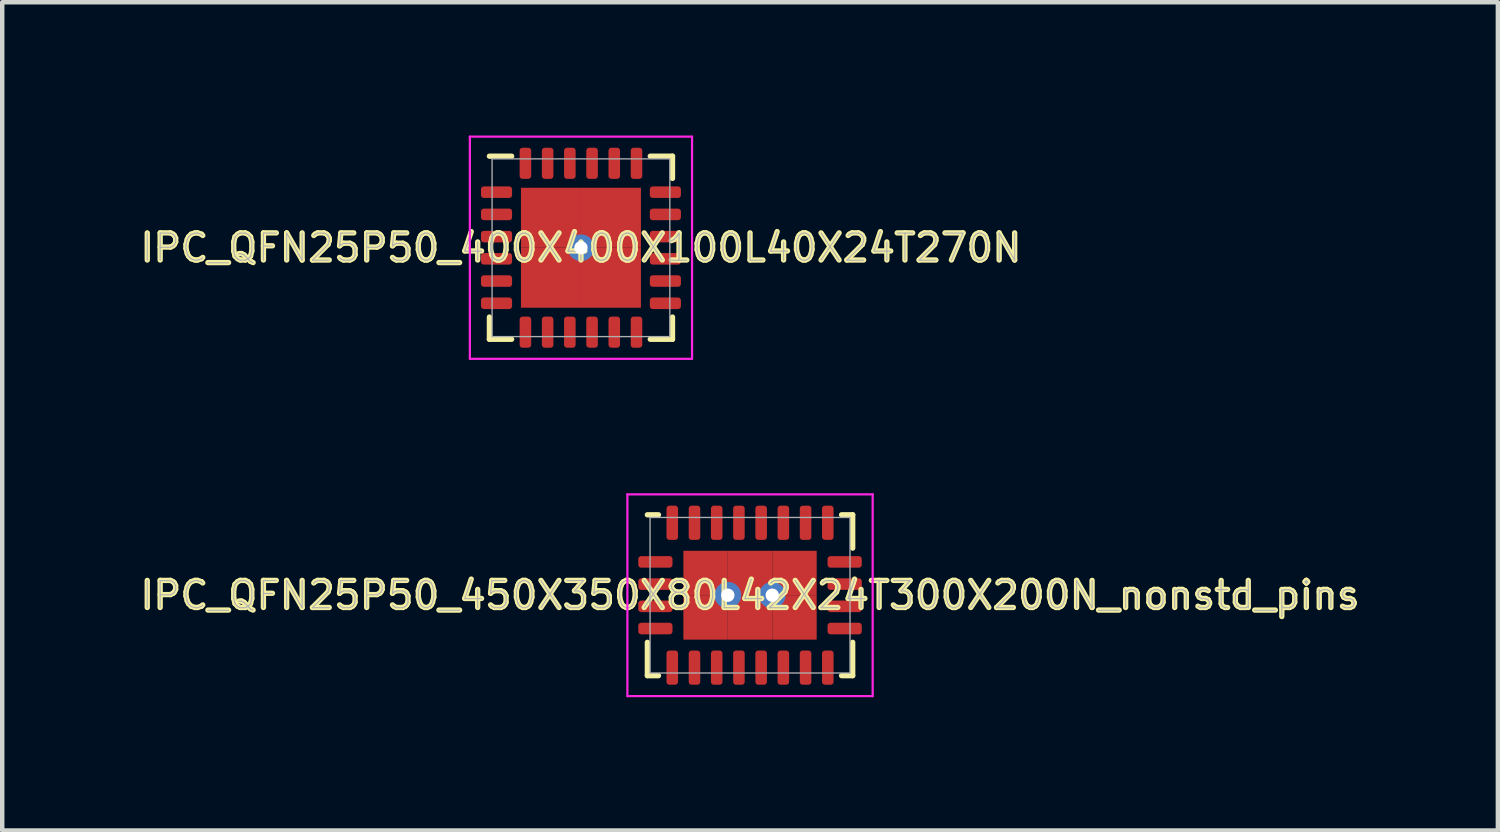
<source format=kicad_pcb>
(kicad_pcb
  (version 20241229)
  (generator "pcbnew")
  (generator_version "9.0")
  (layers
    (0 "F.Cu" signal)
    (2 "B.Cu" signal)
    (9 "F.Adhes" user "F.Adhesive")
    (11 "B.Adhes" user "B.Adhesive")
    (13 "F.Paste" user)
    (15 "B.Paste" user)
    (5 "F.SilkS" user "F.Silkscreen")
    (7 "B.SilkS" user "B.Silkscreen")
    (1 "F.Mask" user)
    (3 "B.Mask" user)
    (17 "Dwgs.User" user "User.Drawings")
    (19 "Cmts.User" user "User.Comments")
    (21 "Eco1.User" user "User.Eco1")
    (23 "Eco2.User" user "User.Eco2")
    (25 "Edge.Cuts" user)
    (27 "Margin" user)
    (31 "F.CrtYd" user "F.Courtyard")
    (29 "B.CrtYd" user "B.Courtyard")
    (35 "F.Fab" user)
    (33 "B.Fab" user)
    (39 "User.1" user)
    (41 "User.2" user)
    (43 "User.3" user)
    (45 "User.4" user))
  (footprint "IPC_QFN25P50_450X350X80L42X24T300X200N_nonstd_pins"
    (layer "F.Cu")
    (at 13.829 10.345)
    (property "Reference" "IPC_QFN25P50_450X350X80L42X24T300X200N_nonstd_pins" (at 0 0 0) (layer "F.SilkS") (effects (font (size 0.61 0.61) (thickness 0.12))))
    (attr smd)
    (fp_line (start -2.31 1.06) (end -2.31 1.81) (stroke (width 0.12) (type solid)) (layer "F.SilkS"))
    (fp_line (start -2.31 1.81) (end -2.06 1.81) (stroke (width 0.12) (type solid)) (layer "F.SilkS"))
    (fp_line (start -2.06 -1.81) (end -2.31 -1.81) (stroke (width 0.12) (type solid)) (layer "F.SilkS"))
    (fp_line (start 2.06 1.81) (end 2.31 1.81) (stroke (width 0.12) (type solid)) (layer "F.SilkS"))
    (fp_line (start 2.31 -1.81) (end 2.06 -1.81) (stroke (width 0.12) (type solid)) (layer "F.SilkS"))
    (fp_line (start 2.31 -1.06) (end 2.31 -1.81) (stroke (width 0.12) (type solid)) (layer "F.SilkS"))
    (fp_line (start 2.31 1.81) (end 2.31 1.06) (stroke (width 0.12) (type solid)) (layer "F.SilkS"))
    (fp_line (start -2.76 -2.27) (end 2.76 -2.27) (stroke (width 0.05) (type solid)) (layer "F.CrtYd"))
    (fp_line (start -2.76 2.27) (end -2.76 -2.27) (stroke (width 0.05) (type solid)) (layer "F.CrtYd"))
    (fp_line (start 2.76 -2.27) (end 2.76 2.27) (stroke (width 0.05) (type solid)) (layer "F.CrtYd"))
    (fp_line (start 2.76 2.27) (end -2.76 2.27) (stroke (width 0.05) (type solid)) (layer "F.CrtYd"))
    (fp_line (start -2.25 -1.75) (end 2.25 -1.75) (stroke (width 0.03) (type solid)) (layer "F.Fab"))
    (fp_line (start -2.25 1.75) (end -2.25 -1.75) (stroke (width 0.03) (type solid)) (layer "F.Fab"))
    (fp_line (start 2.25 -1.75) (end 2.25 1.75) (stroke (width 0.03) (type solid)) (layer "F.Fab"))
    (fp_line (start 2.25 1.75) (end -2.25 1.75) (stroke (width 0.03) (type solid)) (layer "F.Fab"))
    (fp_text user "${REFERENCE}" (at 0 0 0) (layer "F.Fab") (effects (font (size 0.61 0.61) (thickness 0.025))))
    (pad "1" smd roundrect (at -2.13 0.25 270) (size 0.26 0.77) (layers "F.Cu" "F.Mask" "F.Paste") (roundrect_rratio 0.25))
    (pad "2" smd roundrect (at -2.13 0.75 270) (size 0.26 0.77) (layers "F.Cu" "F.Mask" "F.Paste") (roundrect_rratio 0.25))
    (pad "3" smd roundrect (at -1.75 1.63) (size 0.26 0.77) (layers "F.Cu" "F.Mask" "F.Paste") (roundrect_rratio 0.25))
    (pad "4" smd roundrect (at -1.25 1.63) (size 0.26 0.77) (layers "F.Cu" "F.Mask" "F.Paste") (roundrect_rratio 0.25))
    (pad "5" smd roundrect (at -0.75 1.63) (size 0.26 0.77) (layers "F.Cu" "F.Mask" "F.Paste") (roundrect_rratio 0.25))
    (pad "6" smd roundrect (at -0.25 1.63) (size 0.26 0.77) (layers "F.Cu" "F.Mask" "F.Paste") (roundrect_rratio 0.25))
    (pad "7" smd roundrect (at 0.25 1.63) (size 0.26 0.77) (layers "F.Cu" "F.Mask" "F.Paste") (roundrect_rratio 0.25))
    (pad "8" smd roundrect (at 0.75 1.63) (size 0.26 0.77) (layers "F.Cu" "F.Mask" "F.Paste") (roundrect_rratio 0.25))
    (pad "9" smd roundrect (at 1.25 1.63) (size 0.26 0.77) (layers "F.Cu" "F.Mask" "F.Paste") (roundrect_rratio 0.25))
    (pad "10" smd roundrect (at 1.75 1.63) (size 0.26 0.77) (layers "F.Cu" "F.Mask" "F.Paste") (roundrect_rratio 0.25))
    (pad "11" smd roundrect (at 2.13 0.75 90) (size 0.26 0.77) (layers "F.Cu" "F.Mask" "F.Paste") (roundrect_rratio 0.25))
    (pad "12" smd roundrect (at 2.13 0.25 90) (size 0.26 0.77) (layers "F.Cu" "F.Mask" "F.Paste") (roundrect_rratio 0.25))
    (pad "13" smd roundrect (at 2.13 -0.25 90) (size 0.26 0.77) (layers "F.Cu" "F.Mask" "F.Paste") (roundrect_rratio 0.25))
    (pad "14" smd roundrect (at 2.13 -0.75 90) (size 0.26 0.77) (layers "F.Cu" "F.Mask" "F.Paste") (roundrect_rratio 0.25))
    (pad "15" smd roundrect (at 1.75 -1.63 180) (size 0.26 0.77) (layers "F.Cu" "F.Mask" "F.Paste") (roundrect_rratio 0.25))
    (pad "16" smd roundrect (at 1.25 -1.63 180) (size 0.26 0.77) (layers "F.Cu" "F.Mask" "F.Paste") (roundrect_rratio 0.25))
    (pad "17" smd roundrect (at 0.75 -1.63 180) (size 0.26 0.77) (layers "F.Cu" "F.Mask" "F.Paste") (roundrect_rratio 0.25))
    (pad "18" smd roundrect (at 0.25 -1.63 180) (size 0.26 0.77) (layers "F.Cu" "F.Mask" "F.Paste") (roundrect_rratio 0.25))
    (pad "19" smd roundrect (at -0.25 -1.63 180) (size 0.26 0.77) (layers "F.Cu" "F.Mask" "F.Paste") (roundrect_rratio 0.25))
    (pad "20" smd roundrect (at -0.75 -1.63 180) (size 0.26 0.77) (layers "F.Cu" "F.Mask" "F.Paste") (roundrect_rratio 0.25))
    (pad "21" smd roundrect (at -1.25 -1.63 180) (size 0.26 0.77) (layers "F.Cu" "F.Mask" "F.Paste") (roundrect_rratio 0.25))
    (pad "22" smd roundrect (at -1.75 -1.63 180) (size 0.26 0.77) (layers "F.Cu" "F.Mask" "F.Paste") (roundrect_rratio 0.25))
    (pad "23" smd roundrect (at -2.13 -0.75 270) (size 0.26 0.77) (layers "F.Cu" "F.Mask" "F.Paste") (roundrect_rratio 0.25))
    (pad "24" smd roundrect (at -2.13 -0.25 270) (size 0.26 0.77) (layers "F.Cu" "F.Mask" "F.Paste") (roundrect_rratio 0.25))
    (pad "25" smd rect (at -1 -0.5) (size 1 1) (layers "F.Cu" "F.Mask" "F.Paste"))
    (pad "25" smd rect (at -1 0.5) (size 1 1) (layers "F.Cu" "F.Mask" "F.Paste"))
    (pad "25" thru_hole circle (at -0.5 0) (size 0.6 0.6) (drill 0.3) (layers "*.Cu"))
    (pad "25" smd rect (at 0 -0.5) (size 1 1) (layers "F.Cu" "F.Mask" "F.Paste"))
    (pad "25" smd rect (at 0 0.5) (size 1 1) (layers "F.Cu" "F.Mask" "F.Paste"))
    (pad "25" thru_hole circle (at 0.5 0) (size 0.6 0.6) (drill 0.3) (layers "*.Cu"))
    (pad "25" smd rect (at 1 -0.5) (size 1 1) (layers "F.Cu" "F.Mask" "F.Paste"))
    (pad "25" smd rect (at 1 0.5) (size 1 1) (layers "F.Cu" "F.Mask" "F.Paste")))
  (footprint "IPC_QFN25P50_400X400X100L40X24T270N"
    (layer "F.Cu")
    (at 10.024 2.525)
    (property "Reference" "IPC_QFN25P50_400X400X100L40X24T270N" (at 0 0 0) (layer "F.SilkS") (effects (font (size 0.61 0.61) (thickness 0.12))))
    (attr smd)
    (fp_line (start -2.06 1.56) (end -2.06 2.06) (stroke (width 0.12) (type solid)) (layer "F.SilkS"))
    (fp_line (start -2.06 2.06) (end -1.56 2.06) (stroke (width 0.12) (type solid)) (layer "F.SilkS"))
    (fp_line (start -1.56 -2.06) (end -2.06 -2.06) (stroke (width 0.12) (type solid)) (layer "F.SilkS"))
    (fp_line (start 1.56 2.06) (end 2.06 2.06) (stroke (width 0.12) (type solid)) (layer "F.SilkS"))
    (fp_line (start 2.06 -2.06) (end 1.56 -2.06) (stroke (width 0.12) (type solid)) (layer "F.SilkS"))
    (fp_line (start 2.06 -1.56) (end 2.06 -2.06) (stroke (width 0.12) (type solid)) (layer "F.SilkS"))
    (fp_line (start 2.06 2.06) (end 2.06 1.56) (stroke (width 0.12) (type solid)) (layer "F.SilkS"))
    (fp_line (start -2.5 -2.5) (end 2.5 -2.5) (stroke (width 0.05) (type solid)) (layer "F.CrtYd"))
    (fp_line (start -2.5 2.5) (end -2.5 -2.5) (stroke (width 0.05) (type solid)) (layer "F.CrtYd"))
    (fp_line (start 2.5 -2.5) (end 2.5 2.5) (stroke (width 0.05) (type solid)) (layer "F.CrtYd"))
    (fp_line (start 2.5 2.5) (end -2.5 2.5) (stroke (width 0.05) (type solid)) (layer "F.CrtYd"))
    (fp_line (start -2 -2) (end 2 -2) (stroke (width 0.03) (type solid)) (layer "F.Fab"))
    (fp_line (start -2 2) (end -2 -2) (stroke (width 0.03) (type solid)) (layer "F.Fab"))
    (fp_line (start 2 -2) (end 2 2) (stroke (width 0.03) (type solid)) (layer "F.Fab"))
    (fp_line (start 2 2) (end -2 2) (stroke (width 0.03) (type solid)) (layer "F.Fab"))
    (fp_text user "${REFERENCE}" (at 0 0 0) (layer "F.Fab") (effects (font (size 0.61 0.61) (thickness 0.025))))
    (pad "1" smd roundrect (at -1.9 -1.25 270) (size 0.26 0.7) (layers "F.Cu" "F.Mask" "F.Paste") (roundrect_rratio 0.25))
    (pad "2" smd roundrect (at -1.9 -0.75 270) (size 0.26 0.7) (layers "F.Cu" "F.Mask" "F.Paste") (roundrect_rratio 0.25))
    (pad "3" smd roundrect (at -1.9 -0.25 270) (size 0.26 0.7) (layers "F.Cu" "F.Mask" "F.Paste") (roundrect_rratio 0.25))
    (pad "4" smd roundrect (at -1.9 0.25 270) (size 0.26 0.7) (layers "F.Cu" "F.Mask" "F.Paste") (roundrect_rratio 0.25))
    (pad "5" smd roundrect (at -1.9 0.75 270) (size 0.26 0.7) (layers "F.Cu" "F.Mask" "F.Paste") (roundrect_rratio 0.25))
    (pad "6" smd roundrect (at -1.9 1.25 270) (size 0.26 0.7) (layers "F.Cu" "F.Mask" "F.Paste") (roundrect_rratio 0.25))
    (pad "7" smd roundrect (at -1.25 1.9) (size 0.26 0.7) (layers "F.Cu" "F.Mask" "F.Paste") (roundrect_rratio 0.25))
    (pad "8" smd roundrect (at -0.75 1.9) (size 0.26 0.7) (layers "F.Cu" "F.Mask" "F.Paste") (roundrect_rratio 0.25))
    (pad "9" smd roundrect (at -0.25 1.9) (size 0.26 0.7) (layers "F.Cu" "F.Mask" "F.Paste") (roundrect_rratio 0.25))
    (pad "10" smd roundrect (at 0.25 1.9) (size 0.26 0.7) (layers "F.Cu" "F.Mask" "F.Paste") (roundrect_rratio 0.25))
    (pad "11" smd roundrect (at 0.75 1.9) (size 0.26 0.7) (layers "F.Cu" "F.Mask" "F.Paste") (roundrect_rratio 0.25))
    (pad "12" smd roundrect (at 1.25 1.9) (size 0.26 0.7) (layers "F.Cu" "F.Mask" "F.Paste") (roundrect_rratio 0.25))
    (pad "13" smd roundrect (at 1.9 1.25 90) (size 0.26 0.7) (layers "F.Cu" "F.Mask" "F.Paste") (roundrect_rratio 0.25))
    (pad "14" smd roundrect (at 1.9 0.75 90) (size 0.26 0.7) (layers "F.Cu" "F.Mask" "F.Paste") (roundrect_rratio 0.25))
    (pad "15" smd roundrect (at 1.9 0.25 90) (size 0.26 0.7) (layers "F.Cu" "F.Mask" "F.Paste") (roundrect_rratio 0.25))
    (pad "16" smd roundrect (at 1.9 -0.25 90) (size 0.26 0.7) (layers "F.Cu" "F.Mask" "F.Paste") (roundrect_rratio 0.25))
    (pad "17" smd roundrect (at 1.9 -0.75 90) (size 0.26 0.7) (layers "F.Cu" "F.Mask" "F.Paste") (roundrect_rratio 0.25))
    (pad "18" smd roundrect (at 1.9 -1.25 90) (size 0.26 0.7) (layers "F.Cu" "F.Mask" "F.Paste") (roundrect_rratio 0.25))
    (pad "19" smd roundrect (at 1.25 -1.9 180) (size 0.26 0.7) (layers "F.Cu" "F.Mask" "F.Paste") (roundrect_rratio 0.25))
    (pad "20" smd roundrect (at 0.75 -1.9 180) (size 0.26 0.7) (layers "F.Cu" "F.Mask" "F.Paste") (roundrect_rratio 0.25))
    (pad "21" smd roundrect (at 0.25 -1.9 180) (size 0.26 0.7) (layers "F.Cu" "F.Mask" "F.Paste") (roundrect_rratio 0.25))
    (pad "22" smd roundrect (at -0.25 -1.9 180) (size 0.26 0.7) (layers "F.Cu" "F.Mask" "F.Paste") (roundrect_rratio 0.25))
    (pad "23" smd roundrect (at -0.75 -1.9 180) (size 0.26 0.7) (layers "F.Cu" "F.Mask" "F.Paste") (roundrect_rratio 0.25))
    (pad "24" smd roundrect (at -1.25 -1.9 180) (size 0.26 0.7) (layers "F.Cu" "F.Mask" "F.Paste") (roundrect_rratio 0.25))
    (pad "25" smd rect (at -0.675 -0.675) (size 1.35 1.35) (layers "F.Cu" "F.Mask" "F.Paste"))
    (pad "25" smd rect (at -0.675 0.675) (size 1.35 1.35) (layers "F.Cu" "F.Mask" "F.Paste"))
    (pad "25" thru_hole circle (at 0 0) (size 0.6 0.6) (drill 0.3) (layers "*.Cu"))
    (pad "25" smd rect (at 0.675 -0.675) (size 1.35 1.35) (layers "F.Cu" "F.Mask" "F.Paste"))
    (pad "25" smd rect (at 0.675 0.675) (size 1.35 1.35) (layers "F.Cu" "F.Mask" "F.Paste")))
  (gr_rect
    (start -3 -3)
    (end 30.659 15.64)
    (stroke (width 0.1) (type default))
    (fill no)
    (layer "Edge.Cuts")))
</source>
